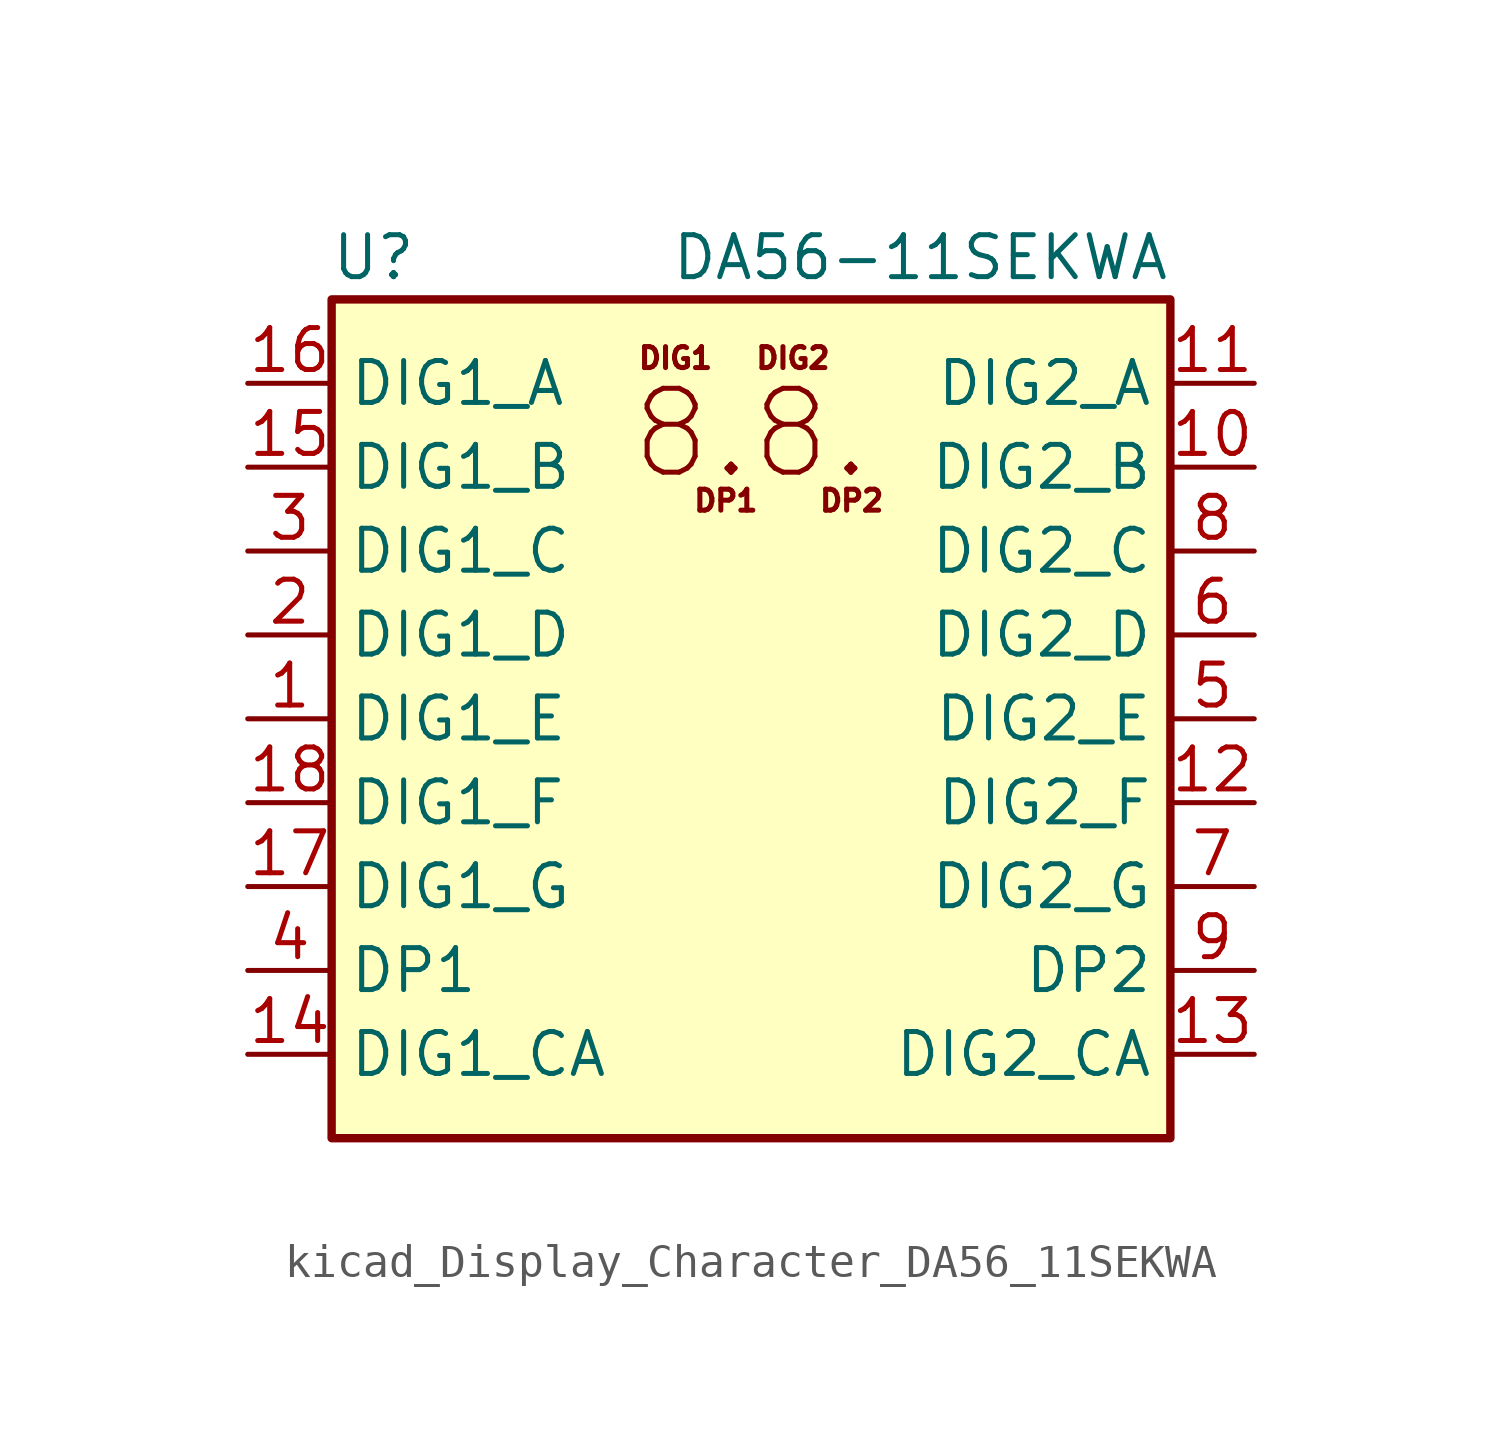
<source format=kicad_sym>
(kicad_symbol_lib
  (version 20220914)
  (generator kicad_symbol_editor)
  (symbol "kicad_Display_Character_DA56_11SEKWA"
    (property "Reference" "U"
      (at -11.43 13.97 0)
      (effects (font (size 1.27 1.27))))
    (property "Value" "DA56-11SEKWA"
      (at 12.7 13.97 0)
      (effects (font (size 1.27 1.27)) (justify right)))
    (symbol "kicad_Display_Character_DA56_11SEKWA_0_0"
      (text "8.8." (at 0 8.636 0) (effects (font (size 2.54 2.54))))
      (text "DIG1" (at -2.286 10.922 0) (effects (font (size 0.635 0.635))))
      (text "DIG2" (at 1.27 10.922 0) (effects (font (size 0.635 0.635))))
      (text "DP1" (at -0.762 6.604 0) (effects (font (size 0.635 0.635))))
      (text "DP2" (at 3.048 6.604 0) (effects (font (size 0.635 0.635)))))
    (symbol "kicad_Display_Character_DA56_11SEKWA_0_1"
      (rectangle (start -12.7 12.7) (end 12.7 -12.7) (stroke (width 0.254) (type default)) (fill (type background))))
    (symbol "kicad_Display_Character_DA56_11SEKWA_1_1"
      (pin input line (at -15.24 0 0) (length 2.54) (name "DIG1_E" (effects (font (size 1.27 1.27)))) (number "1" (effects (font (size 1.27 1.27)))))
      (pin input line (at 15.24 7.62 180) (length 2.54) (name "DIG2_B" (effects (font (size 1.27 1.27)))) (number "10" (effects (font (size 1.27 1.27)))))
      (pin input line (at 15.24 10.16 180) (length 2.54) (name "DIG2_A" (effects (font (size 1.27 1.27)))) (number "11" (effects (font (size 1.27 1.27)))))
      (pin input line (at 15.24 -2.54 180) (length 2.54) (name "DIG2_F" (effects (font (size 1.27 1.27)))) (number "12" (effects (font (size 1.27 1.27)))))
      (pin input line (at 15.24 -10.16 180) (length 2.54) (name "DIG2_CA" (effects (font (size 1.27 1.27)))) (number "13" (effects (font (size 1.27 1.27)))))
      (pin input line (at -15.24 -10.16 0) (length 2.54) (name "DIG1_CA" (effects (font (size 1.27 1.27)))) (number "14" (effects (font (size 1.27 1.27)))))
      (pin input line (at -15.24 7.62 0) (length 2.54) (name "DIG1_B" (effects (font (size 1.27 1.27)))) (number "15" (effects (font (size 1.27 1.27)))))
      (pin input line (at -15.24 10.16 0) (length 2.54) (name "DIG1_A" (effects (font (size 1.27 1.27)))) (number "16" (effects (font (size 1.27 1.27)))))
      (pin input line (at -15.24 -5.08 0) (length 2.54) (name "DIG1_G" (effects (font (size 1.27 1.27)))) (number "17" (effects (font (size 1.27 1.27)))))
      (pin input line (at -15.24 -2.54 0) (length 2.54) (name "DIG1_F" (effects (font (size 1.27 1.27)))) (number "18" (effects (font (size 1.27 1.27)))))
      (pin input line (at -15.24 2.54 0) (length 2.54) (name "DIG1_D" (effects (font (size 1.27 1.27)))) (number "2" (effects (font (size 1.27 1.27)))))
      (pin input line (at -15.24 5.08 0) (length 2.54) (name "DIG1_C" (effects (font (size 1.27 1.27)))) (number "3" (effects (font (size 1.27 1.27)))))
      (pin input line (at -15.24 -7.62 0) (length 2.54) (name "DP1" (effects (font (size 1.27 1.27)))) (number "4" (effects (font (size 1.27 1.27)))))
      (pin input line (at 15.24 0 180) (length 2.54) (name "DIG2_E" (effects (font (size 1.27 1.27)))) (number "5" (effects (font (size 1.27 1.27)))))
      (pin input line (at 15.24 2.54 180) (length 2.54) (name "DIG2_D" (effects (font (size 1.27 1.27)))) (number "6" (effects (font (size 1.27 1.27)))))
      (pin input line (at 15.24 -5.08 180) (length 2.54) (name "DIG2_G" (effects (font (size 1.27 1.27)))) (number "7" (effects (font (size 1.27 1.27)))))
      (pin input line (at 15.24 5.08 180) (length 2.54) (name "DIG2_C" (effects (font (size 1.27 1.27)))) (number "8" (effects (font (size 1.27 1.27)))))
      (pin input line (at 15.24 -7.62 180) (length 2.54) (name "DP2" (effects (font (size 1.27 1.27)))) (number "9" (effects (font (size 1.27 1.27))))))))
</source>
